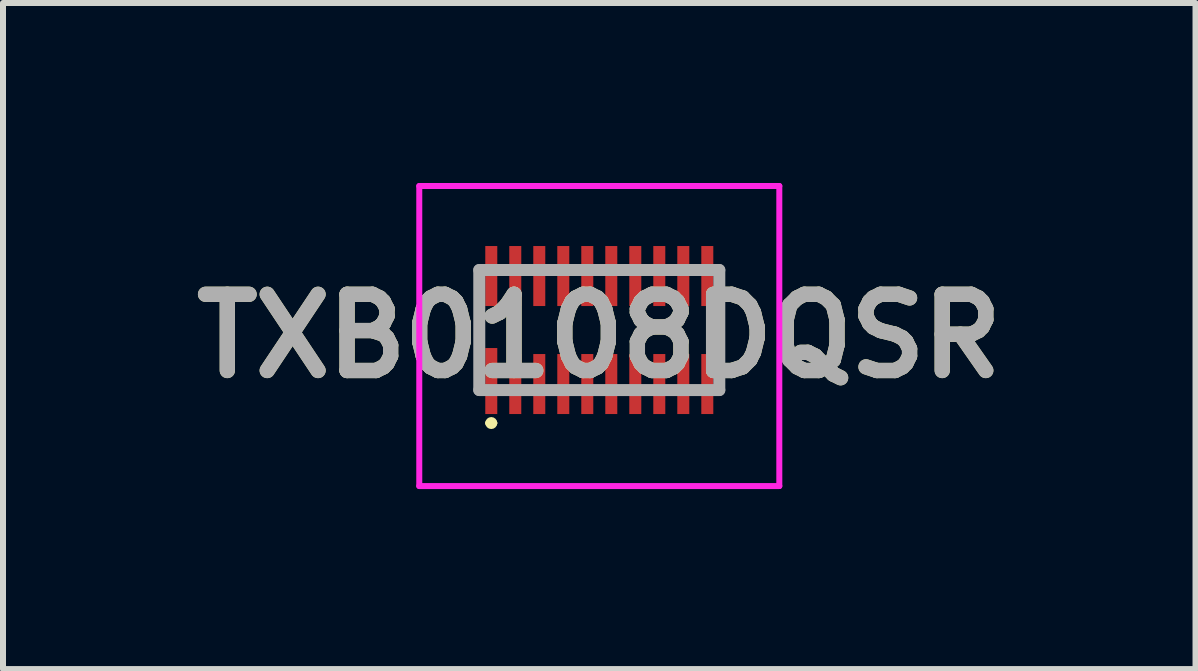
<source format=kicad_pcb>
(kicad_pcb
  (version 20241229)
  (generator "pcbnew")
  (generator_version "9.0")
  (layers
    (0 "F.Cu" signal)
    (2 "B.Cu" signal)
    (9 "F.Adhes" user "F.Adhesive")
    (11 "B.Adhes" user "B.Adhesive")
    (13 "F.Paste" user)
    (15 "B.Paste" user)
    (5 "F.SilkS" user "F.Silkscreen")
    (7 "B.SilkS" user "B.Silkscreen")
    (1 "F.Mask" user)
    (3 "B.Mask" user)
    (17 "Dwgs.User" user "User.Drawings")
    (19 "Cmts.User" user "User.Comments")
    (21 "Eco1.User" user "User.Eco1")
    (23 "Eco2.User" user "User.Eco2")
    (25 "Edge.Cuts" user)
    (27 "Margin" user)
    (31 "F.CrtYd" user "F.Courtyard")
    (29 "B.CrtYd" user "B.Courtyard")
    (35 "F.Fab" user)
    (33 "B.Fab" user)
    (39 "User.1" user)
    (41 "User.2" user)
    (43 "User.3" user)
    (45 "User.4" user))
  (footprint "TXB0108DQSR"
    (layer "F.Cu")
    (at 6.937 2.45)
    (property "Reference" "TXB0108DQSR" (at 0 0.1 0) (layer "F.SilkS") (effects (font (size 1.27 1.27) (thickness 0.254))))
    (attr smd)
    (fp_line (start -2 -0.3) (end -2 0.2) (stroke (width 0.1) (type solid)) (layer "F.SilkS"))
    (fp_line (start -1.85 1.55) (end -1.85 1.55) (stroke (width 0.1) (type solid)) (layer "F.SilkS"))
    (fp_line (start -1.75 1.55) (end -1.75 1.55) (stroke (width 0.1) (type solid)) (layer "F.SilkS"))
    (fp_line (start 2 -0.3) (end 2 0.3) (stroke (width 0.1) (type solid)) (layer "F.SilkS"))
    (fp_arc (start -1.85 1.55) (mid -1.8 1.5) (end -1.75 1.55) (stroke (width 0.1) (type solid)) (layer "F.SilkS"))
    (fp_arc (start -1.75 1.55) (mid -1.8 1.6) (end -1.85 1.55) (stroke (width 0.1) (type solid)) (layer "F.SilkS"))
    (fp_line (start -3 -2.4) (end 3 -2.4) (stroke (width 0.1) (type solid)) (layer "F.CrtYd"))
    (fp_line (start -3 2.6) (end -3 -2.4) (stroke (width 0.1) (type solid)) (layer "F.CrtYd"))
    (fp_line (start 3 -2.4) (end 3 2.6) (stroke (width 0.1) (type solid)) (layer "F.CrtYd"))
    (fp_line (start 3 2.6) (end -3 2.6) (stroke (width 0.1) (type solid)) (layer "F.CrtYd"))
    (fp_line (start -2 -1) (end 2 -1) (stroke (width 0.2) (type solid)) (layer "F.Fab"))
    (fp_line (start -2 1) (end -2 -1) (stroke (width 0.2) (type solid)) (layer "F.Fab"))
    (fp_line (start 2 -1) (end 2 1) (stroke (width 0.2) (type solid)) (layer "F.Fab"))
    (fp_line (start 2 1) (end -2 1) (stroke (width 0.2) (type solid)) (layer "F.Fab"))
    (fp_text user "${REFERENCE}" (at 0 0.1 0) (layer "F.Fab") (effects (font (size 1.27 1.27) (thickness 0.254))))
    (pad "1" smd rect (at -1.8 0.85) (size 0.2 1.1) (layers "F.Cu" "F.Mask" "F.Paste"))
    (pad "2" smd rect (at -1.4 0.9) (size 0.2 1) (layers "F.Cu" "F.Mask" "F.Paste"))
    (pad "3" smd rect (at -1 0.9) (size 0.2 1) (layers "F.Cu" "F.Mask" "F.Paste"))
    (pad "4" smd rect (at -0.6 0.9) (size 0.2 1) (layers "F.Cu" "F.Mask" "F.Paste"))
    (pad "5" smd rect (at -0.2 0.9) (size 0.2 1) (layers "F.Cu" "F.Mask" "F.Paste"))
    (pad "6" smd rect (at 0.2 0.9) (size 0.2 1) (layers "F.Cu" "F.Mask" "F.Paste"))
    (pad "7" smd rect (at 0.6 0.9) (size 0.2 1) (layers "F.Cu" "F.Mask" "F.Paste"))
    (pad "8" smd rect (at 1 0.9) (size 0.2 1) (layers "F.Cu" "F.Mask" "F.Paste"))
    (pad "9" smd rect (at 1.4 0.9) (size 0.2 1) (layers "F.Cu" "F.Mask" "F.Paste"))
    (pad "10" smd rect (at 1.8 0.9) (size 0.2 1) (layers "F.Cu" "F.Mask" "F.Paste"))
    (pad "11" smd rect (at 1.8 -0.9) (size 0.2 1) (layers "F.Cu" "F.Mask" "F.Paste"))
    (pad "12" smd rect (at 1.4 -0.9) (size 0.2 1) (layers "F.Cu" "F.Mask" "F.Paste"))
    (pad "13" smd rect (at 1 -0.9) (size 0.2 1) (layers "F.Cu" "F.Mask" "F.Paste"))
    (pad "14" smd rect (at 0.6 -0.9) (size 0.2 1) (layers "F.Cu" "F.Mask" "F.Paste"))
    (pad "15" smd rect (at 0.2 -0.9) (size 0.2 1) (layers "F.Cu" "F.Mask" "F.Paste"))
    (pad "16" smd rect (at -0.2 -0.9) (size 0.2 1) (layers "F.Cu" "F.Mask" "F.Paste"))
    (pad "17" smd rect (at -0.6 -0.9) (size 0.2 1) (layers "F.Cu" "F.Mask" "F.Paste"))
    (pad "18" smd rect (at -1 -0.9) (size 0.2 1) (layers "F.Cu" "F.Mask" "F.Paste"))
    (pad "19" smd rect (at -1.4 -0.9) (size 0.2 1) (layers "F.Cu" "F.Mask" "F.Paste"))
    (pad "20" smd rect (at -1.8 -0.9) (size 0.2 1) (layers "F.Cu" "F.Mask" "F.Paste")))
  (gr_rect
    (start -3 -3)
    (end 16.873 8.1)
    (stroke (width 0.1) (type default))
    (fill no)
    (layer "Edge.Cuts")))
</source>
